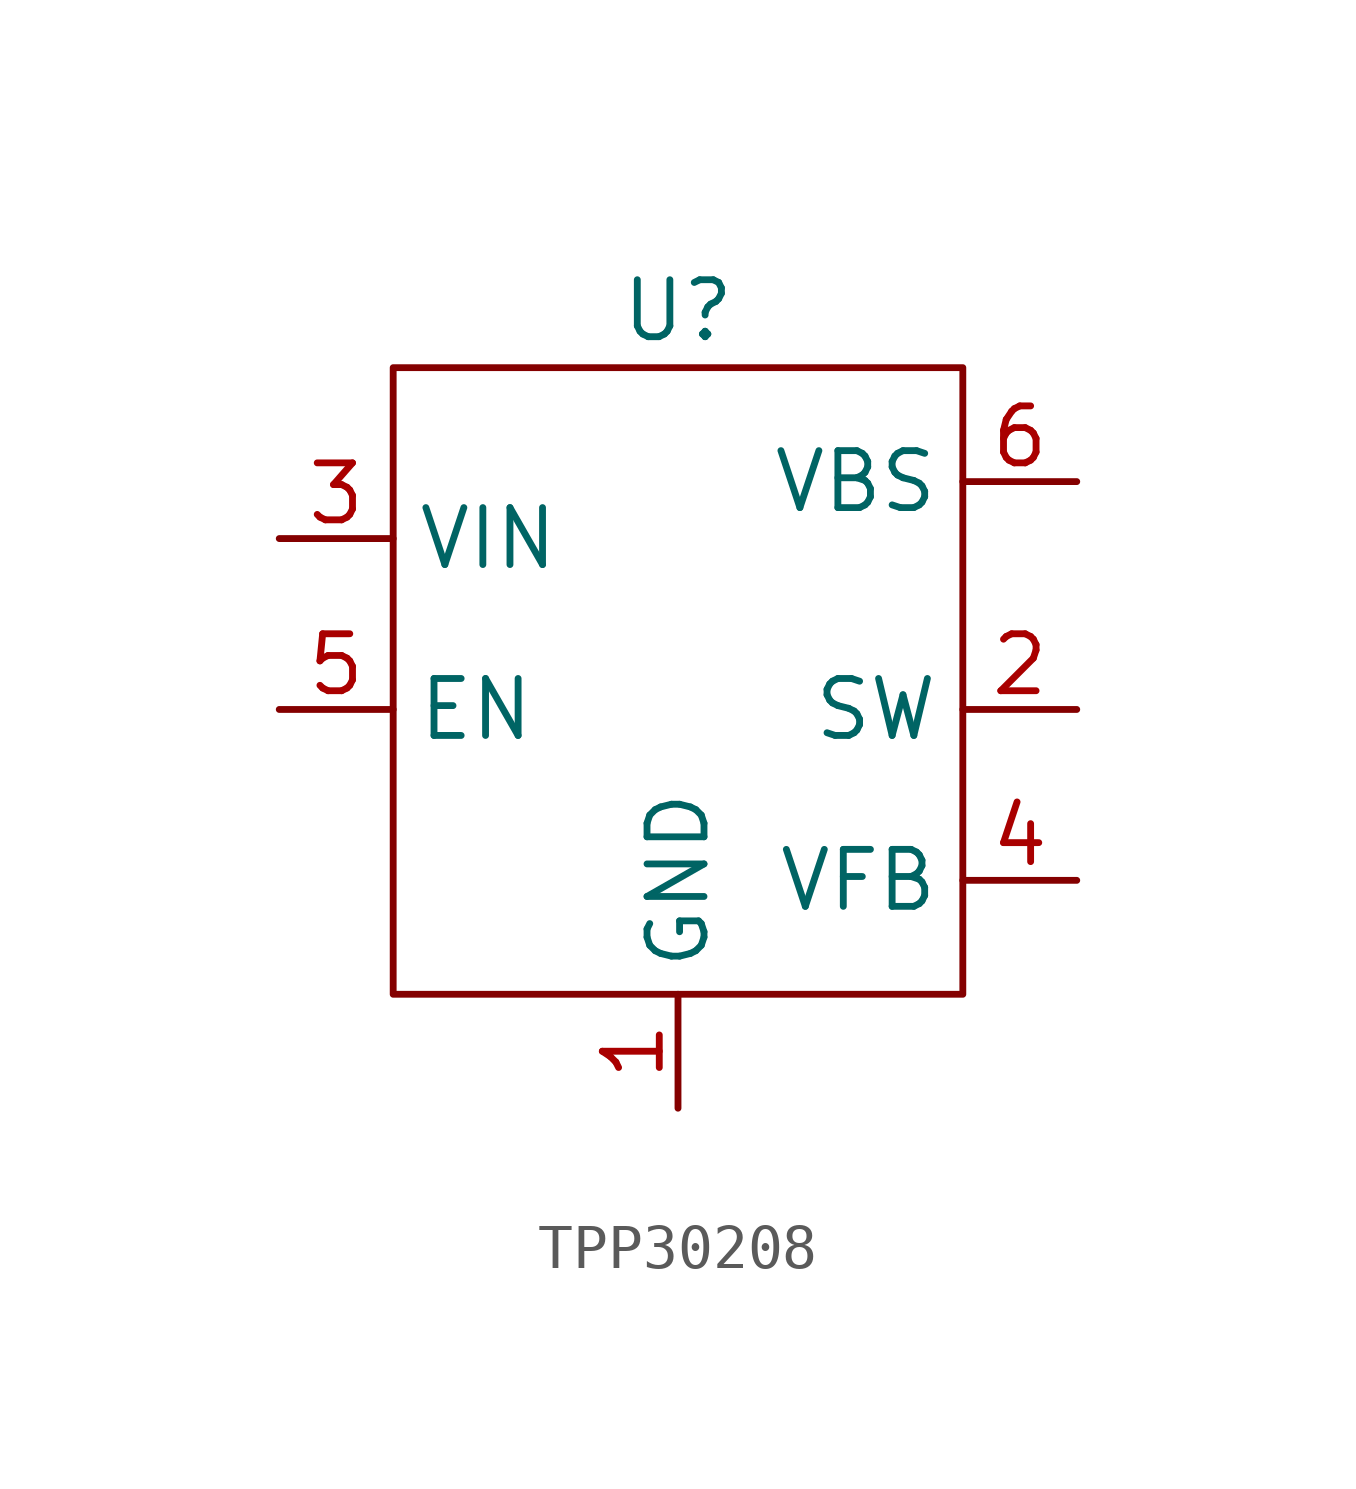
<source format=kicad_sym>
(kicad_symbol_lib
  (version 20220914)
  (generator kicad_symbol_editor)
  (symbol "TPP30208"
    (property "Reference" "U"
      (at 0 0 0)
      (effects (font (size 1.27 1.27))))
    (property "Value" ""
      (at 0 0 0)
      (effects (font (size 1.27 1.27))))
    (symbol "TPP30208_0_1"
      (rectangle (start -6.35 -1.27) (end 6.35 -15.24) (stroke (width 0) (type default)) (fill (type none))))
    (symbol "TPP30208_1_1"
      (pin power_in line (at 0 -17.78 90) (length 2.54) (name "GND" (effects (font (size 1.27 1.27)))) (number "1" (effects (font (size 1.27 1.27)))))
      (pin output line (at 8.89 -8.89 180) (length 2.54) (name "SW" (effects (font (size 1.27 1.27)))) (number "2" (effects (font (size 1.27 1.27)))))
      (pin power_in line (at -8.89 -5.08 0) (length 2.54) (name "VIN" (effects (font (size 1.27 1.27)))) (number "3" (effects (font (size 1.27 1.27)))))
      (pin input line (at 8.89 -12.7 180) (length 2.54) (name "VFB" (effects (font (size 1.27 1.27)))) (number "4" (effects (font (size 1.27 1.27)))))
      (pin input line (at -8.89 -8.89 0) (length 2.54) (name "EN" (effects (font (size 1.27 1.27)))) (number "5" (effects (font (size 1.27 1.27)))))
      (pin input line (at 8.89 -3.81 180) (length 2.54) (name "VBS" (effects (font (size 1.27 1.27)))) (number "6" (effects (font (size 1.27 1.27))))))))
</source>
